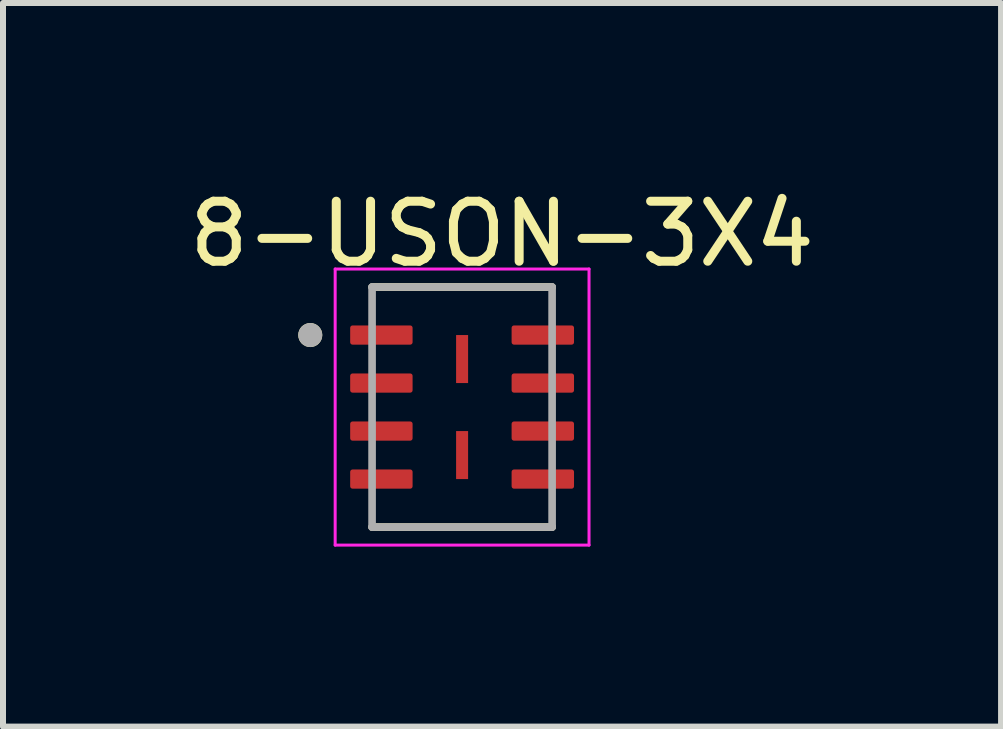
<source format=kicad_pcb>
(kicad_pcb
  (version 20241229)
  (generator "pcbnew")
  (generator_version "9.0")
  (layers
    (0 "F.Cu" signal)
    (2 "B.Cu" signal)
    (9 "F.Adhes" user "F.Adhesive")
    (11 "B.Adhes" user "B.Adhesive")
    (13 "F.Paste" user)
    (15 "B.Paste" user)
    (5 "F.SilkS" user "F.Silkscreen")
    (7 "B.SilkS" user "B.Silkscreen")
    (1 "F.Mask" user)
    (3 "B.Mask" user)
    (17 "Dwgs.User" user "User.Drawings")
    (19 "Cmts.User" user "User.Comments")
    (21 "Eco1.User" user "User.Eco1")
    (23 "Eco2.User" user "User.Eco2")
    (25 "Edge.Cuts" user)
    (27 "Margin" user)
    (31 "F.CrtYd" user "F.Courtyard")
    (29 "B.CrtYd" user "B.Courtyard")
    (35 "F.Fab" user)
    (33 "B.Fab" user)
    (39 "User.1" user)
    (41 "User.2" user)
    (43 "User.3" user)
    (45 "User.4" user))
  (footprint "8-USON-3X4"
    (layer "F.Cu")
    (at 4.65 3.733)
    (property "Reference" "8-USON-3X4" (at 0.665 -2.885 0) (layer "F.SilkS") (effects (font (size 1 1) (thickness 0.15))))
    (attr smd)
    (fp_line (start -1.5 -2) (end 1.5 -2) (stroke (width 0.127) (type solid)) (layer "F.SilkS"))
    (fp_line (start -1.5 2) (end 1.5 2) (stroke (width 0.127) (type solid)) (layer "F.SilkS"))
    (fp_circle (center -2.53 -1.2) (end -2.43 -1.2) (stroke (width 0.2) (type solid)) (fill no) (layer "F.SilkS"))
    (fp_line (start -2.115 -2.3) (end -2.115 2.3) (stroke (width 0.05) (type solid)) (layer "F.CrtYd"))
    (fp_line (start -2.115 -2.3) (end 2.115 -2.3) (stroke (width 0.05) (type solid)) (layer "F.CrtYd"))
    (fp_line (start -2.115 2.3) (end 2.115 2.3) (stroke (width 0.05) (type solid)) (layer "F.CrtYd"))
    (fp_line (start 2.115 -2.3) (end 2.115 2.3) (stroke (width 0.05) (type solid)) (layer "F.CrtYd"))
    (fp_line (start -1.5 -2) (end -1.5 2) (stroke (width 0.127) (type solid)) (layer "F.Fab"))
    (fp_line (start -1.5 -2) (end 1.5 -2) (stroke (width 0.127) (type solid)) (layer "F.Fab"))
    (fp_line (start -1.5 2) (end 1.5 2) (stroke (width 0.127) (type solid)) (layer "F.Fab"))
    (fp_line (start 1.5 -2) (end 1.5 2) (stroke (width 0.127) (type solid)) (layer "F.Fab"))
    (fp_circle (center -2.53 -1.2) (end -2.43 -1.2) (stroke (width 0.2) (type solid)) (fill no) (layer "F.Fab"))
    (pad "1" smd roundrect (at -1.345 -1.2) (size 1.04 0.32) (layers "F.Cu" "F.Mask" "F.Paste") (roundrect_rratio 0.125))
    (pad "2" smd roundrect (at -1.345 -0.4) (size 1.04 0.32) (layers "F.Cu" "F.Mask" "F.Paste") (roundrect_rratio 0.125))
    (pad "3" smd roundrect (at -1.345 0.4) (size 1.04 0.32) (layers "F.Cu" "F.Mask" "F.Paste") (roundrect_rratio 0.125))
    (pad "4" smd roundrect (at -1.345 1.2) (size 1.04 0.32) (layers "F.Cu" "F.Mask" "F.Paste") (roundrect_rratio 0.125))
    (pad "5" smd roundrect (at 1.345 1.2) (size 1.04 0.32) (layers "F.Cu" "F.Mask" "F.Paste") (roundrect_rratio 0.125))
    (pad "6" smd roundrect (at 1.345 0.4) (size 1.04 0.32) (layers "F.Cu" "F.Mask" "F.Paste") (roundrect_rratio 0.125))
    (pad "7" smd roundrect (at 1.345 -0.4) (size 1.04 0.32) (layers "F.Cu" "F.Mask" "F.Paste") (roundrect_rratio 0.125))
    (pad "8" smd roundrect (at 1.345 -1.2) (size 1.04 0.32) (layers "F.Cu" "F.Mask" "F.Paste") (roundrect_rratio 0.125))
    (pad "9" smd rect (at 0 -0.8) (size 0.2 0.8) (layers "F.Cu" "F.Mask" "F.Paste"))
    (pad "10" smd rect (at 0 0.8) (size 0.2 0.8) (layers "F.Cu" "F.Mask" "F.Paste")))
  (gr_rect
    (start -3 -3)
    (end 13.631 9.058)
    (stroke (width 0.1) (type default))
    (fill no)
    (layer "Edge.Cuts")))
</source>
